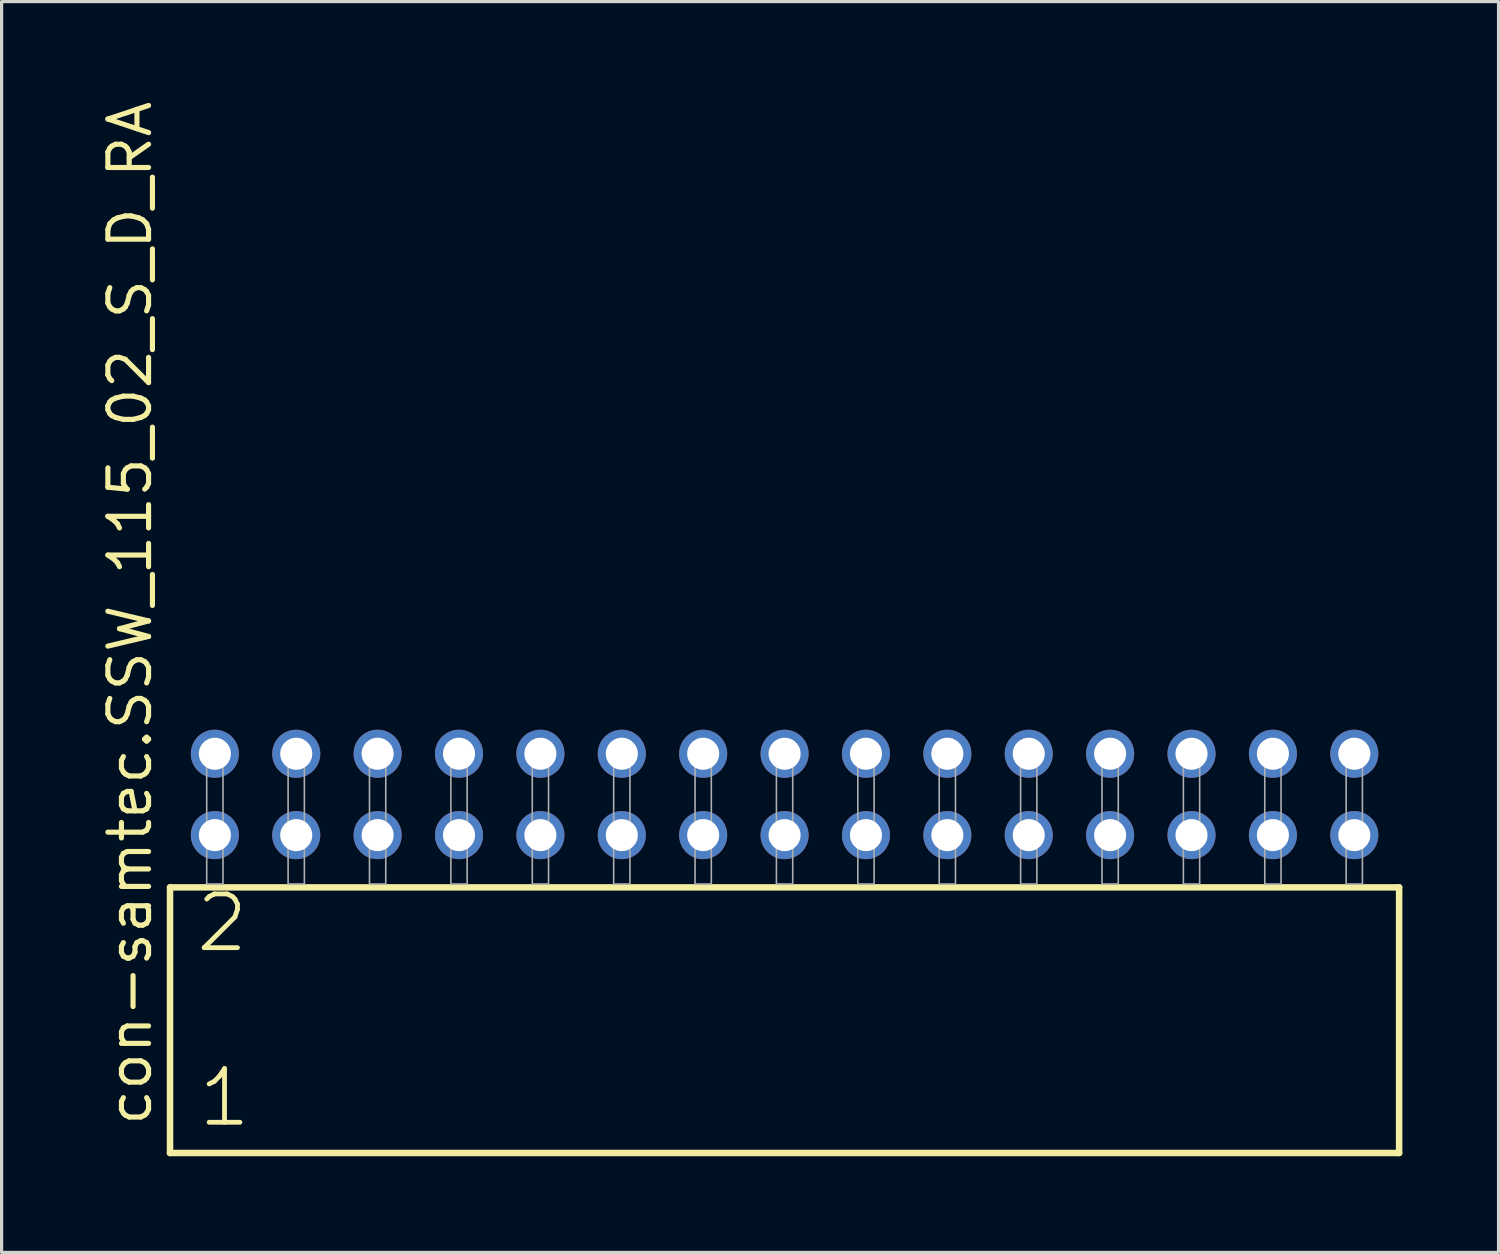
<source format=kicad_pcb>
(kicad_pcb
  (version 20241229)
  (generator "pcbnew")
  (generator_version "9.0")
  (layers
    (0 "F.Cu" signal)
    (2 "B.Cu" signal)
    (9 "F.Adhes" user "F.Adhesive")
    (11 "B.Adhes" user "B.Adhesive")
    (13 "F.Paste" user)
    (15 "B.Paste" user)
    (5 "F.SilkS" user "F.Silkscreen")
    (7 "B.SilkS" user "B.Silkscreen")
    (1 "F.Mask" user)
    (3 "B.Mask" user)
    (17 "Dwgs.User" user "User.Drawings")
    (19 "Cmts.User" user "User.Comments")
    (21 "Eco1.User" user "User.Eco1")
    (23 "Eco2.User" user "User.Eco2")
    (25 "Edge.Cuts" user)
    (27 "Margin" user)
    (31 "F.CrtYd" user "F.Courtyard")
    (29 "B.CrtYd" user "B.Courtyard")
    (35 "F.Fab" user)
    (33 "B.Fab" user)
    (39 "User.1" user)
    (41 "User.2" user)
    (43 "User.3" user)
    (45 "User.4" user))
  (footprint "con-samtec.SSW_115_02_S_D_RA"
    (layer "F.Cu")
    (at 21.435 24.537)
    (property "Reference" "con-samtec.SSW_115_02_S_D_RA" (at -19.685 7.62 90) (layer "F.SilkS") (effects (font (size 1.27 1.27) (thickness 0.16)) (justify left bottom)))
    (attr through_hole)
    (fp_line (start -19.179 0.106) (end -19.179 8.396) (stroke (width 0.203) (type default)) (layer "F.SilkS"))
    (fp_line (start -19.179 8.396) (end 19.179 8.396) (stroke (width 0.203) (type default)) (layer "F.SilkS"))
    (fp_line (start 19.179 0.106) (end -19.179 0.106) (stroke (width 0.203) (type default)) (layer "F.SilkS"))
    (fp_line (start 19.179 8.396) (end 19.179 0.106) (stroke (width 0.203) (type default)) (layer "F.SilkS"))
    (fp_rect (start -18.034 0) (end -17.526 -4.318) (stroke (width 0.05) (type default)) (fill no) (layer "F.Fab"))
    (fp_rect (start -15.494 0) (end -14.986 -4.318) (stroke (width 0.05) (type default)) (fill no) (layer "F.Fab"))
    (fp_rect (start -12.954 0) (end -12.446 -4.318) (stroke (width 0.05) (type default)) (fill no) (layer "F.Fab"))
    (fp_rect (start -10.414 0) (end -9.906 -4.318) (stroke (width 0.05) (type default)) (fill no) (layer "F.Fab"))
    (fp_rect (start -7.874 0) (end -7.366 -4.318) (stroke (width 0.05) (type default)) (fill no) (layer "F.Fab"))
    (fp_rect (start -5.334 0) (end -4.826 -4.318) (stroke (width 0.05) (type default)) (fill no) (layer "F.Fab"))
    (fp_rect (start -2.794 0) (end -2.286 -4.318) (stroke (width 0.05) (type default)) (fill no) (layer "F.Fab"))
    (fp_rect (start -0.254 0) (end 0.254 -4.318) (stroke (width 0.05) (type default)) (fill no) (layer "F.Fab"))
    (fp_rect (start 2.286 0) (end 2.794 -4.318) (stroke (width 0.05) (type default)) (fill no) (layer "F.Fab"))
    (fp_rect (start 4.826 0) (end 5.334 -4.318) (stroke (width 0.05) (type default)) (fill no) (layer "F.Fab"))
    (fp_rect (start 7.366 0) (end 7.874 -4.318) (stroke (width 0.05) (type default)) (fill no) (layer "F.Fab"))
    (fp_rect (start 9.906 0) (end 10.414 -4.318) (stroke (width 0.05) (type default)) (fill no) (layer "F.Fab"))
    (fp_rect (start 12.446 0) (end 12.954 -4.318) (stroke (width 0.05) (type default)) (fill no) (layer "F.Fab"))
    (fp_rect (start 14.986 0) (end 15.494 -4.318) (stroke (width 0.05) (type default)) (fill no) (layer "F.Fab"))
    (fp_rect (start 17.526 0) (end 18.034 -4.318) (stroke (width 0.05) (type default)) (fill no) (layer "F.Fab"))
    (fp_text user "2" (at -18.45 2.2 0) (layer "F.SilkS") (effects (font (size 1.676 1.676) (thickness 0.15)) (justify left bottom)))
    (fp_text user "1" (at -18.375 7.65 0) (layer "F.SilkS") (effects (font (size 1.676 1.676) (thickness 0.15)) (justify left bottom)))
    (pad "1" thru_hole circle (at -17.78 -1.524) (size 1.5 1.5) (drill 1) (layers "*.Cu" "*.Mask"))
    (pad "2" thru_hole circle (at -17.78 -4.064) (size 1.5 1.5) (drill 1) (layers "*.Cu" "*.Mask"))
    (pad "3" thru_hole circle (at -15.24 -1.524) (size 1.5 1.5) (drill 1) (layers "*.Cu" "*.Mask"))
    (pad "4" thru_hole circle (at -15.24 -4.064) (size 1.5 1.5) (drill 1) (layers "*.Cu" "*.Mask"))
    (pad "5" thru_hole circle (at -12.7 -1.524) (size 1.5 1.5) (drill 1) (layers "*.Cu" "*.Mask"))
    (pad "6" thru_hole circle (at -12.7 -4.064) (size 1.5 1.5) (drill 1) (layers "*.Cu" "*.Mask"))
    (pad "7" thru_hole circle (at -10.16 -1.524) (size 1.5 1.5) (drill 1) (layers "*.Cu" "*.Mask"))
    (pad "8" thru_hole circle (at -10.16 -4.064) (size 1.5 1.5) (drill 1) (layers "*.Cu" "*.Mask"))
    (pad "9" thru_hole circle (at -7.62 -1.524) (size 1.5 1.5) (drill 1) (layers "*.Cu" "*.Mask"))
    (pad "10" thru_hole circle (at -7.62 -4.064) (size 1.5 1.5) (drill 1) (layers "*.Cu" "*.Mask"))
    (pad "11" thru_hole circle (at -5.08 -1.524) (size 1.5 1.5) (drill 1) (layers "*.Cu" "*.Mask"))
    (pad "12" thru_hole circle (at -5.08 -4.064) (size 1.5 1.5) (drill 1) (layers "*.Cu" "*.Mask"))
    (pad "13" thru_hole circle (at -2.54 -1.524) (size 1.5 1.5) (drill 1) (layers "*.Cu" "*.Mask"))
    (pad "14" thru_hole circle (at -2.54 -4.064) (size 1.5 1.5) (drill 1) (layers "*.Cu" "*.Mask"))
    (pad "15" thru_hole circle (at 0 -1.524) (size 1.5 1.5) (drill 1) (layers "*.Cu" "*.Mask"))
    (pad "16" thru_hole circle (at 0 -4.064) (size 1.5 1.5) (drill 1) (layers "*.Cu" "*.Mask"))
    (pad "17" thru_hole circle (at 2.54 -1.524) (size 1.5 1.5) (drill 1) (layers "*.Cu" "*.Mask"))
    (pad "18" thru_hole circle (at 2.54 -4.064) (size 1.5 1.5) (drill 1) (layers "*.Cu" "*.Mask"))
    (pad "19" thru_hole circle (at 5.08 -1.524) (size 1.5 1.5) (drill 1) (layers "*.Cu" "*.Mask"))
    (pad "20" thru_hole circle (at 5.08 -4.064) (size 1.5 1.5) (drill 1) (layers "*.Cu" "*.Mask"))
    (pad "21" thru_hole circle (at 7.62 -1.524) (size 1.5 1.5) (drill 1) (layers "*.Cu" "*.Mask"))
    (pad "22" thru_hole circle (at 7.62 -4.064) (size 1.5 1.5) (drill 1) (layers "*.Cu" "*.Mask"))
    (pad "23" thru_hole circle (at 10.16 -1.524) (size 1.5 1.5) (drill 1) (layers "*.Cu" "*.Mask"))
    (pad "24" thru_hole circle (at 10.16 -4.064) (size 1.5 1.5) (drill 1) (layers "*.Cu" "*.Mask"))
    (pad "25" thru_hole circle (at 12.7 -1.524) (size 1.5 1.5) (drill 1) (layers "*.Cu" "*.Mask"))
    (pad "26" thru_hole circle (at 12.7 -4.064) (size 1.5 1.5) (drill 1) (layers "*.Cu" "*.Mask"))
    (pad "27" thru_hole circle (at 15.24 -1.524) (size 1.5 1.5) (drill 1) (layers "*.Cu" "*.Mask"))
    (pad "28" thru_hole circle (at 15.24 -4.064) (size 1.5 1.5) (drill 1) (layers "*.Cu" "*.Mask"))
    (pad "29" thru_hole circle (at 17.78 -1.524) (size 1.5 1.5) (drill 1) (layers "*.Cu" "*.Mask"))
    (pad "30" thru_hole circle (at 17.78 -4.064) (size 1.5 1.5) (drill 1) (layers "*.Cu" "*.Mask")))
  (gr_rect
    (start -3 -3)
    (end 43.716 36.035)
    (stroke (width 0.1) (type default))
    (fill no)
    (layer "Edge.Cuts")))
</source>
